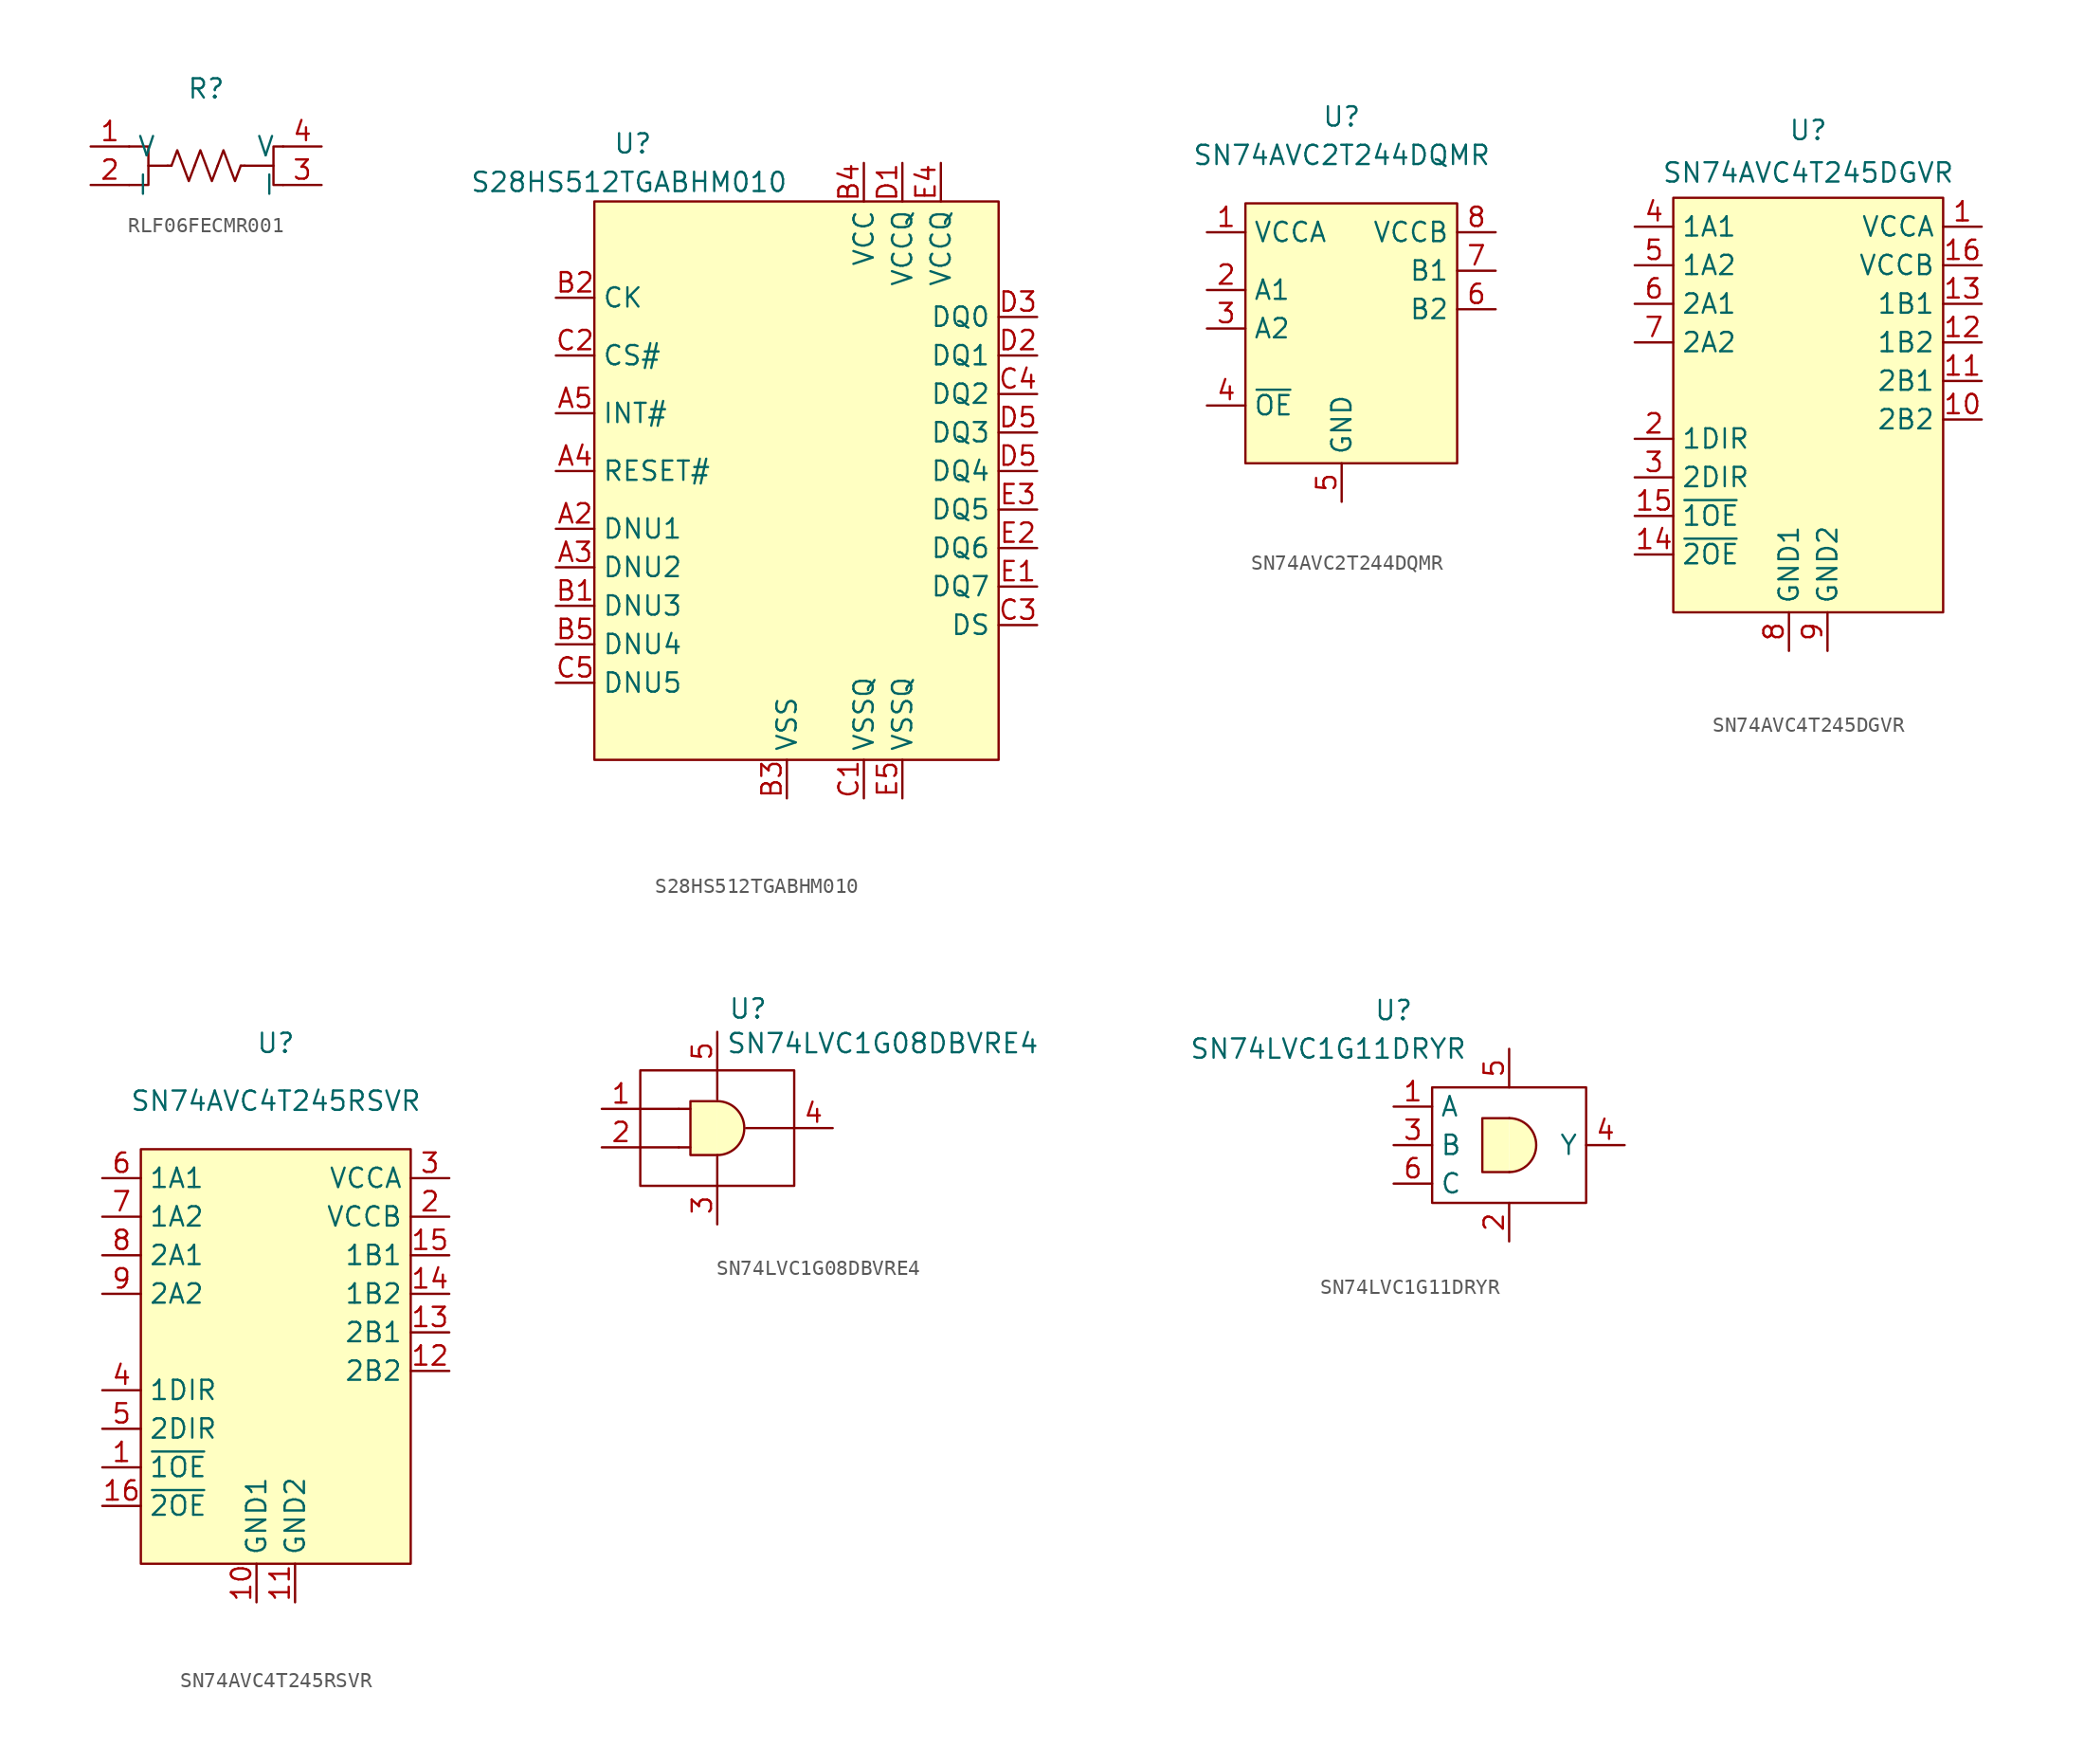
<source format=kicad_sym>
(kicad_symbol_lib
  (version 20241209)
  (generator "kicad_symbol_editor")
  (generator_version "9.0")
  (symbol "RLF06FECMR001"
    (property "Reference" "R"
      (at 0 0 0)
      (effects (font (size 1.27 1.27))))
    (property "Value" ""
      (at 0 0 0)
      (effects (font (size 1.27 1.27))))
    (symbol "RLF06FECMR001_0_1"
      (polyline (pts (xy -5.08 -3.81) (xy -3.81 -3.81) (xy -3.81 -6.35) (xy -5.08 -6.35)) (stroke (width 0) (type default)) (fill (type none)))
      (polyline (pts (xy -3.81 -5.08) (xy -2.54 -5.08)) (stroke (width 0) (type default)) (fill (type none)))
      (polyline (pts (xy -2.286 -5.077) (xy -2.54 -5.077)) (stroke (width 0) (type default)) (fill (type none)))
      (polyline (pts (xy -0.762 -5.077) (xy -1.143 -6.093) (xy -1.524 -5.077) (xy -1.905 -4.061) (xy -2.286 -5.077)) (stroke (width 0) (type default)) (fill (type none)))
      (polyline (pts (xy 0.762 -5.077) (xy 0.381 -6.093) (xy 0.0002 -5.077) (xy -0.381 -4.061) (xy -0.762 -5.077)) (stroke (width 0) (type default)) (fill (type none)))
      (polyline (pts (xy 2.286 -5.077) (xy 2.54 -5.077)) (stroke (width 0) (type default)) (fill (type none)))
      (polyline (pts (xy 2.286 -5.077) (xy 1.905 -6.093) (xy 1.524 -5.077) (xy 1.143 -4.061) (xy 0.762 -5.077)) (stroke (width 0) (type default)) (fill (type none)))
      (polyline (pts (xy 2.54 -5.08) (xy 4.445 -5.08)) (stroke (width 0) (type default)) (fill (type none)))
      (polyline (pts (xy 5.08 -3.81) (xy 4.445 -3.81) (xy 4.445 -6.35) (xy 5.08 -6.35)) (stroke (width 0) (type default)) (fill (type none))))
    (symbol "RLF06FECMR001_1_0"
      (pin input line (at -7.62 -6.35 0) (length 2.54) (name "I" (effects (font (size 1.27 1.27)))) (number "2" (effects (font (size 1.27 1.27)))))
      (pin input line (at 7.62 -3.81 180) (length 2.54) (name "V" (effects (font (size 1.27 1.27)))) (number "4" (effects (font (size 1.27 1.27)))))
      (pin input line (at 7.62 -6.35 180) (length 2.54) (name "I" (effects (font (size 1.27 1.27)))) (number "3" (effects (font (size 1.27 1.27))))))
    (symbol "RLF06FECMR001_1_1"
      (pin input line (at -7.62 -3.81 0) (length 2.54) (name "V" (effects (font (size 1.27 1.27)))) (number "1" (effects (font (size 1.27 1.27)))))))
  (symbol "S28HS512TGABHM010"
    (property "Reference" "U"
      (at 0 0 0)
      (effects (font (size 1.27 1.27))))
    (property "Value" "S28HS512TGABHM010"
      (at -0.254 -2.54 0)
      (effects (font (size 1.27 1.27))))
    (symbol "S28HS512TGABHM010_0_0"
      (pin passive line (at -5.08 -10.16 0) (length 2.54) (name "CK" (effects (font (size 1.27 1.27)))) (number "B2" (effects (font (size 1.27 1.27)))))
      (pin passive line (at -5.08 -13.97 0) (length 2.54) (name "CS#" (effects (font (size 1.27 1.27)))) (number "C2" (effects (font (size 1.27 1.27)))))
      (pin passive line (at -5.08 -17.78 0) (length 2.54) (name "INT#" (effects (font (size 1.27 1.27)))) (number "A5" (effects (font (size 1.27 1.27)))))
      (pin passive line (at -5.08 -21.59 0) (length 2.54) (name "RESET#" (effects (font (size 1.27 1.27)))) (number "A4" (effects (font (size 1.27 1.27)))))
      (pin passive line (at -5.08 -25.4 0) (length 2.54) (name "DNU1" (effects (font (size 1.27 1.27)))) (number "A2" (effects (font (size 1.27 1.27)))))
      (pin passive line (at -5.08 -27.94 0) (length 2.54) (name "DNU2" (effects (font (size 1.27 1.27)))) (number "A3" (effects (font (size 1.27 1.27)))))
      (pin passive line (at -5.08 -30.48 0) (length 2.54) (name "DNU3" (effects (font (size 1.27 1.27)))) (number "B1" (effects (font (size 1.27 1.27)))))
      (pin passive line (at -5.08 -33.02 0) (length 2.54) (name "DNU4" (effects (font (size 1.27 1.27)))) (number "B5" (effects (font (size 1.27 1.27)))))
      (pin passive line (at -5.08 -35.56 0) (length 2.54) (name "DNU5" (effects (font (size 1.27 1.27)))) (number "C5" (effects (font (size 1.27 1.27)))))
      (pin passive line (at 10.16 -43.18 90) (length 2.54) (name "VSS" (effects (font (size 1.27 1.27)))) (number "B3" (effects (font (size 1.27 1.27)))))
      (pin passive line (at 15.24 -1.27 270) (length 2.54) (name "VCC" (effects (font (size 1.27 1.27)))) (number "B4" (effects (font (size 1.27 1.27)))))
      (pin passive line (at 15.24 -43.18 90) (length 2.54) (name "VSSQ" (effects (font (size 1.27 1.27)))) (number "C1" (effects (font (size 1.27 1.27)))))
      (pin passive line (at 17.78 -1.27 270) (length 2.54) (name "VCCQ" (effects (font (size 1.27 1.27)))) (number "D1" (effects (font (size 1.27 1.27)))))
      (pin passive line (at 17.78 -43.18 90) (length 2.54) (name "VSSQ" (effects (font (size 1.27 1.27)))) (number "E5" (effects (font (size 1.27 1.27)))))
      (pin passive line (at 20.32 -1.27 270) (length 2.54) (name "VCCQ" (effects (font (size 1.27 1.27)))) (number "E4" (effects (font (size 1.27 1.27)))))
      (pin passive line (at 26.67 -11.43 180) (length 2.54) (name "DQ0" (effects (font (size 1.27 1.27)))) (number "D3" (effects (font (size 1.27 1.27)))))
      (pin passive line (at 26.67 -13.97 180) (length 2.54) (name "DQ1" (effects (font (size 1.27 1.27)))) (number "D2" (effects (font (size 1.27 1.27)))))
      (pin passive line (at 26.67 -16.51 180) (length 2.54) (name "DQ2" (effects (font (size 1.27 1.27)))) (number "C4" (effects (font (size 1.27 1.27)))))
      (pin passive line (at 26.67 -19.05 180) (length 2.54) (name "DQ3" (effects (font (size 1.27 1.27)))) (number "D5" (effects (font (size 1.27 1.27)))))
      (pin passive line (at 26.67 -21.59 180) (length 2.54) (name "DQ4" (effects (font (size 1.27 1.27)))) (number "D5" (effects (font (size 1.27 1.27)))))
      (pin passive line (at 26.67 -24.13 180) (length 2.54) (name "DQ5" (effects (font (size 1.27 1.27)))) (number "E3" (effects (font (size 1.27 1.27)))))
      (pin passive line (at 26.67 -26.67 180) (length 2.54) (name "DQ6" (effects (font (size 1.27 1.27)))) (number "E2" (effects (font (size 1.27 1.27)))))
      (pin passive line (at 26.67 -29.21 180) (length 2.54) (name "DQ7" (effects (font (size 1.27 1.27)))) (number "E1" (effects (font (size 1.27 1.27)))))
      (pin passive line (at 26.67 -31.75 180) (length 2.54) (name "DS" (effects (font (size 1.27 1.27)))) (number "C3" (effects (font (size 1.27 1.27))))))
    (symbol "S28HS512TGABHM010_1_1"
      (rectangle (start -2.54 -3.81) (end 24.13 -40.64) (stroke (width 0) (type solid)) (fill (type background)))))
  (symbol "SN74AVC2T244DQMR"
    (property "Reference" "U"
      (at 0 0 0)
      (effects (font (size 1.27 1.27))))
    (property "Value" "SN74AVC2T244DQMR"
      (at 0 -2.54 0)
      (effects (font (size 1.27 1.27))))
    (symbol "SN74AVC2T244DQMR_0_0"
      (pin passive line (at -8.89 -7.62 0) (length 2.54) (name "VCCA" (effects (font (size 1.27 1.27)))) (number "1" (effects (font (size 1.27 1.27)))))
      (pin passive line (at -8.89 -11.43 0) (length 2.54) (name "A1" (effects (font (size 1.27 1.27)))) (number "2" (effects (font (size 1.27 1.27)))))
      (pin passive line (at -8.89 -13.97 0) (length 2.54) (name "A2" (effects (font (size 1.27 1.27)))) (number "3" (effects (font (size 1.27 1.27)))))
      (pin passive line (at -8.89 -19.05 0) (length 2.54) (name "~{OE}" (effects (font (size 1.27 1.27)))) (number "4" (effects (font (size 1.27 1.27)))))
      (pin passive line (at 0 -25.4 90) (length 2.54) (name "GND" (effects (font (size 1.27 1.27)))) (number "5" (effects (font (size 1.27 1.27)))))
      (pin passive line (at 10.16 -7.62 180) (length 2.54) (name "VCCB" (effects (font (size 1.27 1.27)))) (number "8" (effects (font (size 1.27 1.27)))))
      (pin passive line (at 10.16 -10.16 180) (length 2.54) (name "B1" (effects (font (size 1.27 1.27)))) (number "7" (effects (font (size 1.27 1.27)))))
      (pin passive line (at 10.16 -12.7 180) (length 2.54) (name "B2" (effects (font (size 1.27 1.27)))) (number "6" (effects (font (size 1.27 1.27))))))
    (symbol "SN74AVC2T244DQMR_1_1"
      (rectangle (start -6.35 -5.715) (end 7.62 -22.86) (stroke (width 0) (type solid)) (fill (type background)))))
  (symbol "SN74AVC4T245DGVR"
    (property "Reference" "U"
      (at 0 0 0)
      (effects (font (size 1.27 1.27))))
    (property "Value" "SN74AVC4T245DGVR"
      (at 0 -2.794 0)
      (effects (font (size 1.27 1.27))))
    (symbol "SN74AVC4T245DGVR_0_0"
      (pin passive line (at -11.43 -6.35 0) (length 2.54) (name "1A1" (effects (font (size 1.27 1.27)))) (number "4" (effects (font (size 1.27 1.27)))))
      (pin passive line (at -11.43 -8.89 0) (length 2.54) (name "1A2" (effects (font (size 1.27 1.27)))) (number "5" (effects (font (size 1.27 1.27)))))
      (pin passive line (at -11.43 -11.43 0) (length 2.54) (name "2A1" (effects (font (size 1.27 1.27)))) (number "6" (effects (font (size 1.27 1.27)))))
      (pin passive line (at -11.43 -13.97 0) (length 2.54) (name "2A2" (effects (font (size 1.27 1.27)))) (number "7" (effects (font (size 1.27 1.27)))))
      (pin passive line (at -11.43 -20.32 0) (length 2.54) (name "1DIR" (effects (font (size 1.27 1.27)))) (number "2" (effects (font (size 1.27 1.27)))))
      (pin passive line (at -11.43 -22.86 0) (length 2.54) (name "2DIR" (effects (font (size 1.27 1.27)))) (number "3" (effects (font (size 1.27 1.27)))))
      (pin passive line (at -11.43 -25.4 0) (length 2.54) (name "~{1OE}" (effects (font (size 1.27 1.27)))) (number "15" (effects (font (size 1.27 1.27)))))
      (pin passive line (at -11.43 -27.94 0) (length 2.54) (name "~{2OE}" (effects (font (size 1.27 1.27)))) (number "14" (effects (font (size 1.27 1.27)))))
      (pin passive line (at -1.27 -34.29 90) (length 2.54) (name "GND1" (effects (font (size 1.27 1.27)))) (number "8" (effects (font (size 1.27 1.27)))))
      (pin passive line (at 1.27 -34.29 90) (length 2.54) (name "GND2" (effects (font (size 1.27 1.27)))) (number "9" (effects (font (size 1.27 1.27)))))
      (pin passive line (at 11.43 -6.35 180) (length 2.54) (name "VCCA" (effects (font (size 1.27 1.27)))) (number "1" (effects (font (size 1.27 1.27)))))
      (pin passive line (at 11.43 -8.89 180) (length 2.54) (name "VCCB" (effects (font (size 1.27 1.27)))) (number "16" (effects (font (size 1.27 1.27)))))
      (pin passive line (at 11.43 -11.43 180) (length 2.54) (name "1B1" (effects (font (size 1.27 1.27)))) (number "13" (effects (font (size 1.27 1.27)))))
      (pin passive line (at 11.43 -13.97 180) (length 2.54) (name "1B2" (effects (font (size 1.27 1.27)))) (number "12" (effects (font (size 1.27 1.27)))))
      (pin passive line (at 11.43 -16.51 180) (length 2.54) (name "2B1" (effects (font (size 1.27 1.27)))) (number "11" (effects (font (size 1.27 1.27)))))
      (pin passive line (at 11.43 -19.05 180) (length 2.54) (name "2B2" (effects (font (size 1.27 1.27)))) (number "10" (effects (font (size 1.27 1.27))))))
    (symbol "SN74AVC4T245DGVR_1_1"
      (rectangle (start -8.89 -4.445) (end 8.89 -31.75) (stroke (width 0) (type solid)) (fill (type background)))))
  (symbol "SN74AVC4T245RSVR"
    (property "Reference" "U"
      (at 0 0 0)
      (effects (font (size 1.27 1.27))))
    (property "Value" "SN74AVC4T245RSVR"
      (at 0 -3.81 0)
      (effects (font (size 1.27 1.27))))
    (symbol "SN74AVC4T245RSVR_0_0"
      (pin passive line (at -11.43 -8.89 0) (length 2.54) (name "1A1" (effects (font (size 1.27 1.27)))) (number "6" (effects (font (size 1.27 1.27)))))
      (pin passive line (at -11.43 -11.43 0) (length 2.54) (name "1A2" (effects (font (size 1.27 1.27)))) (number "7" (effects (font (size 1.27 1.27)))))
      (pin passive line (at -11.43 -13.97 0) (length 2.54) (name "2A1" (effects (font (size 1.27 1.27)))) (number "8" (effects (font (size 1.27 1.27)))))
      (pin passive line (at -11.43 -16.51 0) (length 2.54) (name "2A2" (effects (font (size 1.27 1.27)))) (number "9" (effects (font (size 1.27 1.27)))))
      (pin passive line (at -11.43 -22.86 0) (length 2.54) (name "1DIR" (effects (font (size 1.27 1.27)))) (number "4" (effects (font (size 1.27 1.27)))))
      (pin passive line (at -11.43 -25.4 0) (length 2.54) (name "2DIR" (effects (font (size 1.27 1.27)))) (number "5" (effects (font (size 1.27 1.27)))))
      (pin passive line (at 11.43 -8.89 180) (length 2.54) (name "VCCA" (effects (font (size 1.27 1.27)))) (number "3" (effects (font (size 1.27 1.27)))))
      (pin passive line (at 11.43 -11.43 180) (length 2.54) (name "VCCB" (effects (font (size 1.27 1.27)))) (number "2" (effects (font (size 1.27 1.27)))))
      (pin passive line (at 11.43 -13.97 180) (length 2.54) (name "1B1" (effects (font (size 1.27 1.27)))) (number "15" (effects (font (size 1.27 1.27)))))
      (pin passive line (at 11.43 -16.51 180) (length 2.54) (name "1B2" (effects (font (size 1.27 1.27)))) (number "14" (effects (font (size 1.27 1.27)))))
      (pin passive line (at 11.43 -19.05 180) (length 2.54) (name "2B1" (effects (font (size 1.27 1.27)))) (number "13" (effects (font (size 1.27 1.27)))))
      (pin passive line (at 11.43 -21.59 180) (length 2.54) (name "2B2" (effects (font (size 1.27 1.27)))) (number "12" (effects (font (size 1.27 1.27))))))
    (symbol "SN74AVC4T245RSVR_1_0"
      (pin passive line (at -11.43 -27.94 0) (length 2.54) (name "~{1OE}" (effects (font (size 1.27 1.27)))) (number "1" (effects (font (size 1.27 1.27)))))
      (pin passive line (at -11.43 -30.48 0) (length 2.54) (name "~{2OE}" (effects (font (size 1.27 1.27)))) (number "16" (effects (font (size 1.27 1.27)))))
      (pin passive line (at -1.27 -36.83 90) (length 2.54) (name "GND1" (effects (font (size 1.27 1.27)))) (number "10" (effects (font (size 1.27 1.27)))))
      (pin passive line (at 1.27 -36.83 90) (length 2.54) (name "GND2" (effects (font (size 1.27 1.27)))) (number "11" (effects (font (size 1.27 1.27))))))
    (symbol "SN74AVC4T245RSVR_1_1"
      (rectangle (start -8.89 -6.985) (end 8.89 -34.29) (stroke (width 0) (type solid)) (fill (type background)))))
  (symbol "SN74LVC1G08DBVRE4"
    (property "Reference" "U"
      (at 2.032 -1.016 0)
      (effects (font (size 1.27 1.27))))
    (property "Value" "SN74LVC1G08DBVRE4"
      (at 10.922 -3.302 0)
      (effects (font (size 1.27 1.27))))
    (symbol "SN74LVC1G08DBVRE4_0_1"
      (rectangle (start -5.08 -5.08) (end 5.08 -12.7) (stroke (width 0) (type default)) (fill (type none)))
      (polyline (pts (xy -5.08 -10.16) (xy -2.54 -10.16)) (stroke (width 0) (type default)) (fill (type none)))
      (polyline (pts (xy -2.54 -7.62) (xy -5.08 -7.62)) (stroke (width 0) (type default)) (fill (type none)))
      (polyline (pts (xy 0 -5.08) (xy 0 -6.985)) (stroke (width 0) (type default)) (fill (type none)))
      (polyline (pts (xy 0 -12.7) (xy 0 -10.795)) (stroke (width 0) (type default)) (fill (type none)))
      (polyline (pts (xy 5.08 -8.89) (xy 1.905 -8.89)) (stroke (width 0) (type default)) (fill (type none))))
    (symbol "SN74LVC1G08DBVRE4_1_0"
      (arc (start 0.0077 -7.112) (mid 1.778 -8.89) (end 0.0077 -10.668) (stroke (width 0) (type default)) (fill (type background)))
      (polyline (pts (xy 0.008 -10.668) (xy -1.77 -10.668) (xy -1.77 -7.112) (xy 0.008 -7.112)) (stroke (width 0) (type default)) (fill (type background))))
    (symbol "SN74LVC1G08DBVRE4_1_1"
      (polyline (pts (xy -2.54 -7.62) (xy -1.778 -7.62)) (stroke (width 0) (type default)) (fill (type none)))
      (polyline (pts (xy -2.54 -10.16) (xy -1.778 -10.16)) (stroke (width 0) (type default)) (fill (type none)))
      (pin input line (at -7.62 -7.62 0) (length 2.54) (name "" (effects (font (size 1.27 1.27)))) (number "1" (effects (font (size 1.27 1.27)))))
      (pin input line (at -7.62 -10.16 0) (length 2.54) (name "" (effects (font (size 1.27 1.27)))) (number "2" (effects (font (size 1.27 1.27)))))
      (pin input line (at 0 -2.54 270) (length 2.54) (name "" (effects (font (size 1.27 1.27)))) (number "5" (effects (font (size 1.27 1.27)))))
      (pin input line (at 0 -15.24 90) (length 2.54) (name "" (effects (font (size 1.27 1.27)))) (number "3" (effects (font (size 1.27 1.27)))))
      (pin input line (at 7.62 -8.89 180) (length 2.54) (name "" (effects (font (size 1.27 1.27)))) (number "4" (effects (font (size 1.27 1.27)))))))
  (symbol "SN74LVC1G11DRYR"
    (property "Reference" "U"
      (at 0 0 0)
      (effects (font (size 1.27 1.27))))
    (property "Value" "SN74LVC1G11DRYR"
      (at -4.318 -2.54 0)
      (effects (font (size 1.27 1.27))))
    (symbol "SN74LVC1G11DRYR_0_1"
      (rectangle (start 2.54 -5.08) (end 12.7 -12.7) (stroke (width 0) (type default)) (fill (type none))))
    (symbol "SN74LVC1G11DRYR_1_0"
      (arc (start 7.6277 -7.112) (mid 9.398 -8.89) (end 7.6277 -10.668) (stroke (width 0) (type default)) (fill (type background)))
      (polyline (pts (xy 7.628 -10.668) (xy 5.85 -10.668) (xy 5.85 -7.112) (xy 7.628 -7.112)) (stroke (width 0) (type default)) (fill (type background))))
    (symbol "SN74LVC1G11DRYR_1_1"
      (pin input line (at 0 -6.35 0) (length 2.54) (name "A" (effects (font (size 1.27 1.27)))) (number "1" (effects (font (size 1.27 1.27)))))
      (pin input line (at 0 -8.89 0) (length 2.54) (name "B" (effects (font (size 1.27 1.27)))) (number "3" (effects (font (size 1.27 1.27)))))
      (pin input line (at 0 -11.43 0) (length 2.54) (name "C" (effects (font (size 1.27 1.27)))) (number "6" (effects (font (size 1.27 1.27)))))
      (pin input line (at 7.62 -2.54 270) (length 2.54) (name "" (effects (font (size 1.27 1.27)))) (number "5" (effects (font (size 1.27 1.27)))))
      (pin input line (at 7.62 -15.24 90) (length 2.54) (name "" (effects (font (size 1.27 1.27)))) (number "2" (effects (font (size 1.27 1.27)))))
      (pin input line (at 15.24 -8.89 180) (length 2.54) (name "Y" (effects (font (size 1.27 1.27)))) (number "4" (effects (font (size 1.27 1.27))))))))
</source>
